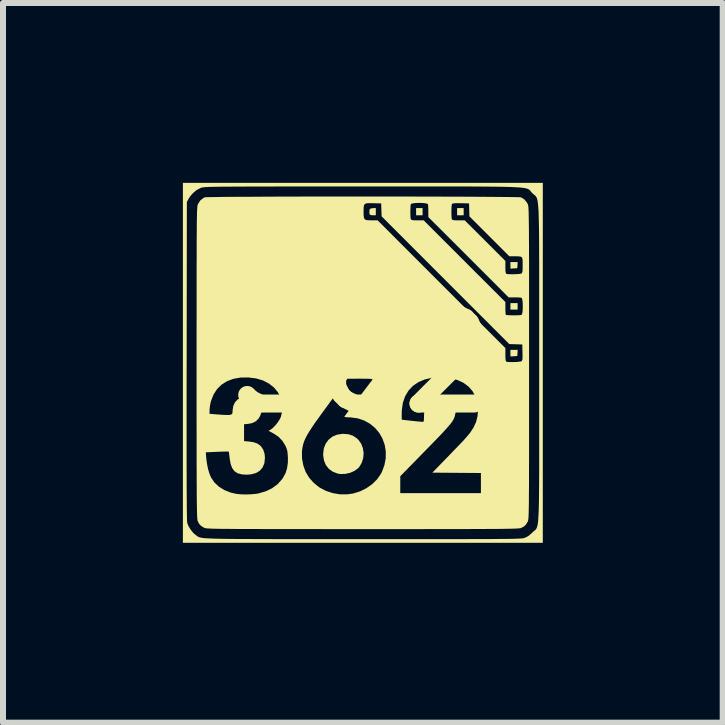
<source format=kicad_pcb>
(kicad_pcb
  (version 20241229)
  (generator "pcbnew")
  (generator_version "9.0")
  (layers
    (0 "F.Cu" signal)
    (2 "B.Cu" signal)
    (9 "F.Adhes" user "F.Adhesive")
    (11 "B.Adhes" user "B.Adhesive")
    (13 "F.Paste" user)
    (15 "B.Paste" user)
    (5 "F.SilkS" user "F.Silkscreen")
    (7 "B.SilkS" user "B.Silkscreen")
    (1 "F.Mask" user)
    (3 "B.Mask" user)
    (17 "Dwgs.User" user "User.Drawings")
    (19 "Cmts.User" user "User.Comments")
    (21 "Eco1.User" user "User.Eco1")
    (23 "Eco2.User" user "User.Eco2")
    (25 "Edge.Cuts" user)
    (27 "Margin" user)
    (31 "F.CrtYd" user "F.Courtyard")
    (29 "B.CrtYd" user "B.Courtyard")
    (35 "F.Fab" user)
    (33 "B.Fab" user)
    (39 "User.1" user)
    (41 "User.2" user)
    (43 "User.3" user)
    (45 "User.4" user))
  (footprint "362"
    (layer "F.Cu")
    (at 3.001 3.001)
    (property "Reference" "362" (at 0 0 0) (layer "F.SilkS") (effects (font (size 1.5 1.5) (thickness 0.3))))
    (attr board_only exclude_from_pos_files exclude_from_bom)
    (fp_poly (pts (xy 0.996 -2.521) (xy 0.996 -2.461) (xy 0.942 -2.461) (xy 0.888 -2.461) (xy 0.888 -2.521) (xy 0.888 -2.581) (xy 0.942 -2.581) (xy 0.996 -2.581)) (stroke (width 0) (type solid)) (fill yes) (layer "F.SilkS"))
    (fp_poly (pts (xy 1.681 -2.521) (xy 1.681 -2.461) (xy 1.627 -2.461) (xy 1.572 -2.461) (xy 1.572 -2.521) (xy 1.572 -2.581) (xy 1.627 -2.581) (xy 1.681 -2.581)) (stroke (width 0) (type solid)) (fill yes) (layer "F.SilkS"))
    (fp_poly (pts (xy 2.579 -1.63) (xy 2.575 -1.578) (xy 2.518 -1.575) (xy 2.461 -1.571) (xy 2.461 -1.626) (xy 2.461 -1.681) (xy 2.521 -1.681) (xy 2.582 -1.681)) (stroke (width 0) (type solid)) (fill yes) (layer "F.SilkS"))
    (fp_poly (pts (xy 2.579 -0.165) (xy 2.575 -0.114) (xy 2.518 -0.11) (xy 2.461 -0.107) (xy 2.461 -0.161) (xy 2.461 -0.216) (xy 2.521 -0.216) (xy 2.582 -0.216)) (stroke (width 0) (type solid)) (fill yes) (layer "F.SilkS"))
    (fp_poly (pts (xy 2.581 -0.942) (xy 2.581 -0.888) (xy 2.521 -0.888) (xy 2.461 -0.888) (xy 2.461 -0.942) (xy 2.461 -0.996) (xy 2.521 -0.996) (xy 2.581 -0.996)) (stroke (width 0) (type solid)) (fill yes) (layer "F.SilkS"))
    (fp_poly (pts (xy 0.216 -2.521) (xy 0.216 -2.461) (xy 0.168 -2.461) (xy 0.131 -2.465) (xy 0.113 -2.477) (xy 0.113 -2.478) (xy 0.109 -2.501) (xy 0.11 -2.534) (xy 0.11 -2.535) (xy 0.114 -2.56) (xy 0.126 -2.572) (xy 0.151 -2.577) (xy 0.165 -2.579) (xy 0.216 -2.582)) (stroke (width 0) (type solid)) (fill yes) (layer "F.SilkS"))
    (fp_poly (pts (xy -0.238 1.191) (xy -0.166 1.215) (xy -0.103 1.257) (xy -0.074 1.284) (xy -0.028 1.348) (xy 0.001 1.424) (xy 0.013 1.505) (xy 0.006 1.587) (xy -0.018 1.666) (xy -0.059 1.735) (xy -0.079 1.757) (xy -0.139 1.802) (xy -0.213 1.834) (xy -0.294 1.852) (xy -0.376 1.854) (xy -0.419 1.847) (xy -0.5 1.816) (xy -0.567 1.768) (xy -0.617 1.704) (xy -0.649 1.626) (xy -0.662 1.536) (xy -0.662 1.524) (xy -0.652 1.431) (xy -0.621 1.35) (xy -0.573 1.283) (xy -0.509 1.231) (xy -0.431 1.198) (xy -0.34 1.184) (xy -0.324 1.184)) (stroke (width 0) (type solid)) (fill yes) (layer "F.SilkS"))
    (fp_poly (pts (xy 3.001 0) (xy 3.001 3.001) (xy 0 3.001) (xy -3.001 3.001) (xy -3.001 1.128) (xy -2.939 1.128) (xy -2.939 1.362) (xy -2.939 1.575) (xy -2.939 1.766) (xy -2.938 1.938) (xy -2.938 2.09) (xy -2.937 2.223) (xy -2.936 2.338) (xy -2.936 2.435) (xy -2.934 2.514) (xy -2.933 2.577) (xy -2.932 2.623) (xy -2.93 2.654) (xy -2.929 2.67) (xy -2.929 2.671) (xy -2.905 2.728) (xy -2.868 2.787) (xy -2.824 2.84) (xy -2.783 2.875) (xy -2.772 2.882) (xy -2.763 2.889) (xy -2.755 2.895) (xy -2.746 2.9) (xy -2.735 2.906) (xy -2.721 2.91) (xy -2.705 2.914) (xy -2.683 2.918) (xy -2.657 2.922) (xy -2.624 2.925) (xy -2.584 2.927) (xy -2.535 2.929) (xy -2.478 2.932) (xy -2.41 2.933) (xy -2.331 2.935) (xy -2.24 2.936) (xy -2.137 2.937) (xy -2.019 2.938) (xy -1.886 2.938) (xy -1.737 2.939) (xy -1.572 2.939) (xy -1.389 2.94) (xy -1.187 2.94) (xy -0.965 2.94) (xy -0.723 2.94) (xy -0.459 2.94) (xy -0.173 2.94) (xy -0.011 2.94) (xy 0.287 2.94) (xy 0.563 2.94) (xy 0.816 2.94) (xy 1.048 2.94) (xy 1.26 2.94) (xy 1.453 2.94) (xy 1.627 2.94) (xy 1.784 2.939) (xy 1.924 2.939) (xy 2.049 2.939) (xy 2.159 2.938) (xy 2.256 2.937) (xy 2.34 2.937) (xy 2.412 2.936) (xy 2.474 2.935) (xy 2.525 2.934) (xy 2.568 2.932) (xy 2.602 2.931) (xy 2.63 2.929) (xy 2.652 2.928) (xy 2.668 2.926) (xy 2.68 2.924) (xy 2.689 2.922) (xy 2.729 2.906) (xy 2.766 2.883) (xy 2.808 2.848) (xy 2.827 2.829) (xy 2.84 2.817) (xy 2.851 2.807) (xy 2.862 2.799) (xy 2.872 2.791) (xy 2.881 2.782) (xy 2.889 2.772) (xy 2.897 2.759) (xy 2.903 2.743) (xy 2.909 2.723) (xy 2.915 2.697) (xy 2.92 2.664) (xy 2.924 2.625) (xy 2.927 2.577) (xy 2.93 2.52) (xy 2.933 2.453) (xy 2.935 2.375) (xy 2.937 2.285) (xy 2.938 2.182) (xy 2.939 2.066) (xy 2.94 1.934) (xy 2.941 1.787) (xy 2.941 1.623) (xy 2.941 1.442) (xy 2.941 1.242) (xy 2.941 1.022) (xy 2.941 0.782) (xy 2.941 0.521) (xy 2.941 0.237) (xy 2.941 0.006) (xy 2.941 -0.296) (xy 2.941 -0.575) (xy 2.941 -0.832) (xy 2.941 -1.067) (xy 2.941 -1.283) (xy 2.941 -1.479) (xy 2.941 -1.657) (xy 2.94 -1.817) (xy 2.94 -1.961) (xy 2.939 -2.089) (xy 2.938 -2.203) (xy 2.936 -2.303) (xy 2.934 -2.391) (xy 2.932 -2.466) (xy 2.93 -2.531) (xy 2.926 -2.586) (xy 2.923 -2.632) (xy 2.918 -2.67) (xy 2.914 -2.701) (xy 2.908 -2.726) (xy 2.902 -2.746) (xy 2.895 -2.761) (xy 2.888 -2.774) (xy 2.879 -2.784) (xy 2.87 -2.792) (xy 2.86 -2.8) (xy 2.85 -2.809) (xy 2.838 -2.819) (xy 2.829 -2.827) (xy 2.817 -2.84) (xy 2.807 -2.851) (xy 2.799 -2.862) (xy 2.791 -2.872) (xy 2.782 -2.881) (xy 2.772 -2.889) (xy 2.76 -2.897) (xy 2.743 -2.903) (xy 2.723 -2.909) (xy 2.697 -2.915) (xy 2.665 -2.919) (xy 2.625 -2.924) (xy 2.578 -2.927) (xy 2.521 -2.93) (xy 2.454 -2.933) (xy 2.376 -2.935) (xy 2.287 -2.937) (xy 2.184 -2.938) (xy 2.068 -2.939) (xy 1.936 -2.94) (xy 1.789 -2.941) (xy 1.626 -2.941) (xy 1.445 -2.941) (xy 1.245 -2.941) (xy 1.026 -2.941) (xy 0.786 -2.941) (xy 0.525 -2.941) (xy 0.242 -2.941) (xy -0.002 -2.941) (xy -0.298 -2.941) (xy -0.571 -2.941) (xy -0.823 -2.941) (xy -1.053 -2.941) (xy -1.263 -2.941) (xy -1.453 -2.941) (xy -1.626 -2.94) (xy -1.781 -2.94) (xy -1.92 -2.94) (xy -2.043 -2.939) (xy -2.152 -2.939) (xy -2.248 -2.938) (xy -2.331 -2.938) (xy -2.403 -2.937) (xy -2.463 -2.936) (xy -2.515 -2.935) (xy -2.557 -2.934) (xy -2.592 -2.932) (xy -2.62 -2.931) (xy -2.643 -2.929) (xy -2.66 -2.927) (xy -2.674 -2.925) (xy -2.685 -2.923) (xy -2.693 -2.921) (xy -2.701 -2.918) (xy -2.706 -2.916) (xy -2.771 -2.882) (xy -2.833 -2.831) (xy -2.886 -2.769) (xy -2.908 -2.732) (xy -2.935 -2.683) (xy -2.938 -0.03) (xy -2.939 0.294) (xy -2.939 0.595) (xy -2.939 0.873) (xy -2.939 1.128) (xy -3.001 1.128) (xy -3.001 0) (xy -3.001 -3.001) (xy 0 -3.001) (xy 3.001 -3.001)) (stroke (width 0) (type solid)) (fill yes) (layer "F.SilkS"))
    (fp_poly (pts (xy 0.239 -2.774) (xy 0.456 -2.773) (xy 0.671 -2.773) (xy 0.881 -2.773) (xy 1.086 -2.772) (xy 1.284 -2.772) (xy 1.473 -2.771) (xy 1.654 -2.771) (xy 1.823 -2.77) (xy 1.98 -2.769) (xy 2.124 -2.768) (xy 2.252 -2.767) (xy 2.365 -2.766) (xy 2.46 -2.765) (xy 2.536 -2.764) (xy 2.592 -2.763) (xy 2.626 -2.761) (xy 2.637 -2.76) (xy 2.692 -2.727) (xy 2.736 -2.673) (xy 2.75 -2.647) (xy 2.753 -2.641) (xy 2.755 -2.633) (xy 2.757 -2.623) (xy 2.759 -2.61) (xy 2.761 -2.592) (xy 2.762 -2.569) (xy 2.764 -2.539) (xy 2.765 -2.503) (xy 2.766 -2.458) (xy 2.767 -2.404) (xy 2.768 -2.34) (xy 2.769 -2.265) (xy 2.77 -2.178) (xy 2.77 -2.077) (xy 2.771 -1.963) (xy 2.771 -1.834) (xy 2.772 -1.689) (xy 2.772 -1.528) (xy 2.772 -1.348) (xy 2.772 -1.15) (xy 2.772 -0.932) (xy 2.772 -0.693) (xy 2.772 -0.433) (xy 2.772 -0.15) (xy 2.772 0) (xy 2.772 0.294) (xy 2.772 0.566) (xy 2.772 0.815) (xy 2.772 1.043) (xy 2.772 1.251) (xy 2.772 1.44) (xy 2.772 1.611) (xy 2.771 1.764) (xy 2.771 1.901) (xy 2.771 2.022) (xy 2.77 2.129) (xy 2.769 2.223) (xy 2.769 2.304) (xy 2.768 2.374) (xy 2.767 2.432) (xy 2.766 2.482) (xy 2.765 2.522) (xy 2.763 2.555) (xy 2.762 2.581) (xy 2.76 2.602) (xy 2.758 2.617) (xy 2.756 2.629) (xy 2.754 2.638) (xy 2.751 2.644) (xy 2.75 2.647) (xy 2.721 2.696) (xy 2.684 2.731) (xy 2.638 2.754) (xy 2.631 2.757) (xy 2.62 2.758) (xy 2.604 2.76) (xy 2.583 2.762) (xy 2.555 2.763) (xy 2.519 2.765) (xy 2.474 2.766) (xy 2.42 2.767) (xy 2.355 2.768) (xy 2.279 2.769) (xy 2.191 2.77) (xy 2.089 2.77) (xy 1.973 2.771) (xy 1.842 2.771) (xy 1.695 2.772) (xy 1.531 2.772) (xy 1.349 2.772) (xy 1.148 2.772) (xy 0.927 2.773) (xy 0.686 2.773) (xy 0.422 2.773) (xy 0.136 2.773) (xy -0.003 2.773) (xy -0.297 2.773) (xy -0.568 2.773) (xy -0.817 2.772) (xy -1.045 2.772) (xy -1.253 2.772) (xy -1.442 2.772) (xy -1.612 2.772) (xy -1.765 2.771) (xy -1.902 2.771) (xy -2.023 2.771) (xy -2.13 2.77) (xy -2.224 2.769) (xy -2.305 2.769) (xy -2.374 2.768) (xy -2.433 2.767) (xy -2.482 2.766) (xy -2.523 2.765) (xy -2.556 2.763) (xy -2.582 2.762) (xy -2.602 2.76) (xy -2.617 2.758) (xy -2.629 2.756) (xy -2.638 2.754) (xy -2.644 2.751) (xy -2.647 2.75) (xy -2.696 2.721) (xy -2.731 2.684) (xy -2.754 2.638) (xy -2.757 2.631) (xy -2.758 2.62) (xy -2.76 2.604) (xy -2.762 2.583) (xy -2.763 2.555) (xy -2.765 2.519) (xy -2.766 2.474) (xy -2.767 2.42) (xy -2.768 2.355) (xy -2.769 2.279) (xy -2.77 2.191) (xy -2.77 2.089) (xy -2.771 1.973) (xy -2.771 1.842) (xy -2.772 1.695) (xy -2.772 1.531) (xy -2.772 1.492) (xy -2.619 1.492) (xy -2.611 1.594) (xy -2.599 1.685) (xy -2.58 1.776) (xy -2.555 1.857) (xy -2.532 1.911) (xy -2.476 1.994) (xy -2.402 2.064) (xy -2.311 2.121) (xy -2.205 2.163) (xy -2.116 2.184) (xy -2.042 2.192) (xy -1.956 2.195) (xy -1.866 2.192) (xy -1.784 2.185) (xy -1.743 2.178) (xy -1.621 2.143) (xy -1.513 2.091) (xy -1.421 2.023) (xy -1.347 1.94) (xy -1.332 1.918) (xy -1.289 1.839) (xy -1.263 1.755) (xy -1.25 1.66) (xy -1.25 1.576) (xy -1.254 1.516) (xy -1.257 1.488) (xy -1.016 1.488) (xy -1.014 1.6) (xy -0.992 1.714) (xy -0.955 1.816) (xy -0.894 1.918) (xy -0.815 2.006) (xy -0.722 2.079) (xy -0.616 2.135) (xy -0.5 2.173) (xy -0.378 2.193) (xy -0.252 2.192) (xy -0.162 2.179) (xy -0.142 2.173) (xy 0.624 2.173) (xy 1.296 2.173) (xy 1.969 2.173) (xy 1.969 2.005) (xy 1.969 1.837) (xy 1.564 1.834) (xy 1.159 1.831) (xy 1.393 1.591) (xy 1.459 1.523) (xy 1.523 1.456) (xy 1.583 1.394) (xy 1.636 1.339) (xy 1.678 1.295) (xy 1.703 1.267) (xy 1.785 1.171) (xy 1.845 1.08) (xy 1.887 0.991) (xy 1.911 0.899) (xy 1.92 0.802) (xy 1.921 0.786) (xy 1.91 0.669) (xy 1.88 0.565) (xy 1.83 0.473) (xy 1.762 0.395) (xy 1.677 0.332) (xy 1.575 0.285) (xy 1.458 0.254) (xy 1.327 0.241) (xy 1.29 0.24) (xy 1.154 0.249) (xy 1.032 0.277) (xy 0.926 0.322) (xy 0.835 0.384) (xy 0.762 0.462) (xy 0.706 0.555) (xy 0.668 0.663) (xy 0.65 0.786) (xy 0.648 0.842) (xy 0.648 0.947) (xy 0.699 0.954) (xy 0.739 0.958) (xy 0.791 0.964) (xy 0.847 0.97) (xy 0.903 0.976) (xy 0.951 0.98) (xy 0.987 0.983) (xy 1.002 0.984) (xy 1.011 0.98) (xy 1.016 0.966) (xy 1.019 0.937) (xy 1.02 0.888) (xy 1.02 0.877) (xy 1.026 0.779) (xy 1.044 0.701) (xy 1.074 0.641) (xy 1.091 0.62) (xy 1.146 0.576) (xy 1.214 0.55) (xy 1.288 0.54) (xy 1.364 0.547) (xy 1.436 0.572) (xy 1.469 0.592) (xy 1.506 0.631) (xy 1.532 0.687) (xy 1.546 0.753) (xy 1.547 0.823) (xy 1.533 0.892) (xy 1.531 0.899) (xy 1.521 0.923) (xy 1.509 0.948) (xy 1.493 0.975) (xy 1.471 1.006) (xy 1.441 1.042) (xy 1.404 1.085) (xy 1.357 1.137) (xy 1.298 1.2) (xy 1.227 1.274) (xy 1.142 1.362) (xy 1.041 1.465) (xy 1.03 1.476) (xy 0.624 1.891) (xy 0.624 2.032) (xy 0.624 2.173) (xy -0.142 2.173) (xy -0.048 2.144) (xy 0.059 2.091) (xy 0.156 2.023) (xy 0.238 1.942) (xy 0.301 1.851) (xy 0.317 1.821) (xy 0.36 1.705) (xy 0.382 1.589) (xy 0.382 1.475) (xy 0.364 1.366) (xy 0.327 1.263) (xy 0.274 1.169) (xy 0.205 1.087) (xy 0.121 1.017) (xy 0.025 0.963) (xy -0.083 0.926) (xy -0.201 0.91) (xy -0.222 0.909) (xy -0.265 0.907) (xy -0.296 0.904) (xy -0.309 0.899) (xy -0.309 0.898) (xy -0.301 0.887) (xy -0.281 0.859) (xy -0.249 0.817) (xy -0.208 0.762) (xy -0.159 0.699) (xy -0.105 0.628) (xy -0.078 0.593) (xy -0.021 0.519) (xy 0.031 0.45) (xy 0.077 0.39) (xy 0.114 0.341) (xy 0.142 0.305) (xy 0.157 0.284) (xy 0.16 0.28) (xy 0.159 0.274) (xy 0.148 0.27) (xy 0.123 0.267) (xy 0.082 0.265) (xy 0.021 0.265) (xy -0.044 0.264) (xy -0.258 0.265) (xy -0.57 0.687) (xy -0.661 0.811) (xy -0.738 0.917) (xy -0.803 1.008) (xy -0.856 1.087) (xy -0.9 1.155) (xy -0.934 1.213) (xy -0.961 1.266) (xy -0.981 1.313) (xy -0.995 1.358) (xy -1.005 1.402) (xy -1.012 1.447) (xy -1.016 1.488) (xy -1.257 1.488) (xy -1.259 1.472) (xy -1.269 1.436) (xy -1.284 1.399) (xy -1.293 1.379) (xy -1.342 1.3) (xy -1.404 1.235) (xy -1.483 1.181) (xy -1.498 1.173) (xy -1.573 1.133) (xy -1.541 1.116) (xy -1.501 1.086) (xy -1.458 1.042) (xy -1.416 0.989) (xy -1.383 0.935) (xy -1.368 0.903) (xy -1.347 0.817) (xy -1.342 0.724) (xy -1.354 0.632) (xy -1.368 0.585) (xy -1.416 0.491) (xy -1.482 0.411) (xy -1.566 0.345) (xy -1.665 0.294) (xy -1.779 0.26) (xy -1.904 0.244) (xy -2.037 0.245) (xy -2.157 0.266) (xy -2.263 0.305) (xy -2.354 0.362) (xy -2.43 0.436) (xy -2.489 0.527) (xy -2.531 0.633) (xy -2.539 0.663) (xy -2.549 0.714) (xy -2.555 0.765) (xy -2.557 0.794) (xy -2.557 0.85) (xy -2.47 0.857) (xy -2.378 0.864) (xy -2.307 0.868) (xy -2.255 0.87) (xy -2.219 0.868) (xy -2.195 0.861) (xy -2.181 0.851) (xy -2.175 0.835) (xy -2.173 0.813) (xy -2.173 0.8) (xy -2.162 0.723) (xy -2.133 0.658) (xy -2.086 0.609) (xy -2.024 0.577) (xy -1.949 0.564) (xy -1.937 0.564) (xy -1.857 0.574) (xy -1.79 0.601) (xy -1.74 0.645) (xy -1.707 0.703) (xy -1.693 0.774) (xy -1.693 0.788) (xy -1.703 0.862) (xy -1.734 0.924) (xy -1.782 0.973) (xy -1.846 1.005) (xy -1.908 1.017) (xy -1.981 1.024) (xy -1.981 1.164) (xy -1.981 1.305) (xy -1.9 1.312) (xy -1.821 1.324) (xy -1.759 1.346) (xy -1.712 1.379) (xy -1.702 1.388) (xy -1.661 1.448) (xy -1.638 1.52) (xy -1.633 1.587) (xy -1.642 1.673) (xy -1.671 1.743) (xy -1.717 1.798) (xy -1.781 1.837) (xy -1.862 1.859) (xy -1.94 1.865) (xy -2.024 1.859) (xy -2.091 1.84) (xy -2.142 1.806) (xy -2.179 1.755) (xy -2.205 1.685) (xy -2.221 1.594) (xy -2.221 1.591) (xy -2.227 1.543) (xy -2.232 1.505) (xy -2.236 1.483) (xy -2.238 1.48) (xy -2.25 1.479) (xy -2.283 1.479) (xy -2.331 1.48) (xy -2.391 1.482) (xy -2.431 1.484) (xy -2.619 1.492) (xy -2.772 1.492) (xy -2.772 1.349) (xy -2.772 1.148) (xy -2.773 0.927) (xy -2.773 0.686) (xy -2.773 0.422) (xy -2.773 0.136) (xy -2.773 -0.003) (xy -2.773 -0.297) (xy -2.773 -0.568) (xy -2.772 -0.817) (xy -2.772 -1.045) (xy -2.772 -1.253) (xy -2.772 -1.442) (xy -2.772 -1.612) (xy -2.771 -1.765) (xy -2.771 -1.902) (xy -2.771 -2.023) (xy -2.77 -2.13) (xy -2.769 -2.224) (xy -2.769 -2.305) (xy -2.768 -2.374) (xy -2.767 -2.433) (xy -2.766 -2.482) (xy -2.765 -2.522) (xy -2.765 -2.524) (xy 0.012 -2.524) (xy 0.013 -2.462) (xy 0.018 -2.421) (xy 0.03 -2.396) (xy 0.053 -2.382) (xy 0.09 -2.378) (xy 0.141 -2.377) (xy 0.246 -2.377) (xy 1.311 -1.311) (xy 2.377 -0.246) (xy 2.377 -0.136) (xy 2.378 -0.076) (xy 2.382 -0.039) (xy 2.39 -0.021) (xy 2.392 -0.02) (xy 2.417 -0.015) (xy 2.457 -0.013) (xy 2.505 -0.013) (xy 2.556 -0.014) (xy 2.6 -0.018) (xy 2.633 -0.023) (xy 2.645 -0.027) (xy 2.654 -0.037) (xy 2.66 -0.053) (xy 2.663 -0.081) (xy 2.663 -0.123) (xy 2.662 -0.174) (xy 2.659 -0.306) (xy 2.55 -0.31) (xy 2.442 -0.313) (xy 1.377 -1.378) (xy 0.313 -2.443) (xy 0.31 -2.537) (xy 0.792 -2.537) (xy 0.793 -2.486) (xy 0.794 -2.441) (xy 0.797 -2.407) (xy 0.8 -2.396) (xy 0.808 -2.386) (xy 0.827 -2.38) (xy 0.861 -2.377) (xy 0.911 -2.377) (xy 1.014 -2.377) (xy 1.695 -1.696) (xy 2.377 -1.014) (xy 2.377 -0.911) (xy 2.378 -0.864) (xy 2.38 -0.826) (xy 2.383 -0.803) (xy 2.385 -0.8) (xy 2.4 -0.797) (xy 2.433 -0.794) (xy 2.477 -0.793) (xy 2.526 -0.792) (xy 2.574 -0.793) (xy 2.614 -0.795) (xy 2.641 -0.798) (xy 2.646 -0.8) (xy 2.655 -0.815) (xy 2.662 -0.847) (xy 2.666 -0.892) (xy 2.667 -0.943) (xy 2.666 -0.994) (xy 2.662 -1.038) (xy 2.655 -1.071) (xy 2.646 -1.085) (xy 2.625 -1.088) (xy 2.588 -1.091) (xy 2.541 -1.092) (xy 2.529 -1.092) (xy 2.431 -1.092) (xy 1.762 -1.762) (xy 1.092 -2.431) (xy 1.092 -2.499) (xy 1.477 -2.499) (xy 1.478 -2.452) (xy 1.48 -2.415) (xy 1.484 -2.396) (xy 1.492 -2.386) (xy 1.511 -2.38) (xy 1.545 -2.377) (xy 1.595 -2.377) (xy 1.698 -2.377) (xy 2.038 -2.038) (xy 2.377 -1.699) (xy 2.377 -1.595) (xy 2.378 -1.536) (xy 2.383 -1.5) (xy 2.391 -1.485) (xy 2.392 -1.484) (xy 2.415 -1.48) (xy 2.455 -1.478) (xy 2.503 -1.477) (xy 2.553 -1.479) (xy 2.598 -1.481) (xy 2.631 -1.486) (xy 2.642 -1.489) (xy 2.652 -1.497) (xy 2.659 -1.51) (xy 2.663 -1.534) (xy 2.664 -1.572) (xy 2.665 -1.629) (xy 2.665 -1.632) (xy 2.665 -1.693) (xy 2.662 -1.734) (xy 2.653 -1.758) (xy 2.634 -1.771) (xy 2.602 -1.776) (xy 2.553 -1.777) (xy 2.535 -1.777) (xy 2.443 -1.777) (xy 2.11 -2.11) (xy 1.777 -2.443) (xy 1.774 -2.551) (xy 1.771 -2.659) (xy 1.633 -2.662) (xy 1.569 -2.663) (xy 1.525 -2.661) (xy 1.498 -2.657) (xy 1.487 -2.65) (xy 1.482 -2.632) (xy 1.479 -2.596) (xy 1.477 -2.549) (xy 1.477 -2.499) (xy 1.092 -2.499) (xy 1.092 -2.529) (xy 1.091 -2.577) (xy 1.089 -2.617) (xy 1.086 -2.643) (xy 1.085 -2.646) (xy 1.07 -2.655) (xy 1.037 -2.662) (xy 0.992 -2.666) (xy 0.942 -2.667) (xy 0.891 -2.666) (xy 0.847 -2.662) (xy 0.814 -2.655) (xy 0.8 -2.646) (xy 0.796 -2.624) (xy 0.794 -2.585) (xy 0.792 -2.537) (xy 0.31 -2.537) (xy 0.309 -2.551) (xy 0.306 -2.659) (xy 0.174 -2.662) (xy 0.109 -2.663) (xy 0.064 -2.661) (xy 0.036 -2.651) (xy 0.02 -2.63) (xy 0.014 -2.596) (xy 0.012 -2.545) (xy 0.012 -2.524) (xy -2.765 -2.524) (xy -2.763 -2.555) (xy -2.762 -2.581) (xy -2.76 -2.602) (xy -2.758 -2.617) (xy -2.756 -2.629) (xy -2.754 -2.637) (xy -2.751 -2.644) (xy -2.75 -2.647) (xy -2.711 -2.708) (xy -2.66 -2.749) (xy -2.637 -2.76) (xy -2.621 -2.762) (xy -2.583 -2.763) (xy -2.523 -2.764) (xy -2.443 -2.765) (xy -2.345 -2.767) (xy -2.229 -2.768) (xy -2.098 -2.769) (xy -1.951 -2.769) (xy -1.792 -2.77) (xy -1.62 -2.771) (xy -1.438 -2.772) (xy -1.247 -2.772) (xy -1.048 -2.773) (xy -0.842 -2.773) (xy -0.631 -2.773) (xy -0.416 -2.773) (xy -0.198 -2.774) (xy 0.021 -2.774)) (stroke (width 0) (type solid)) (fill yes) (layer "F.SilkS")))
  (gr_rect
    (start -3 -3)
    (end 9.002 9.002)
    (stroke (width 0.1) (type default))
    (fill no)
    (layer "Edge.Cuts")))
</source>
